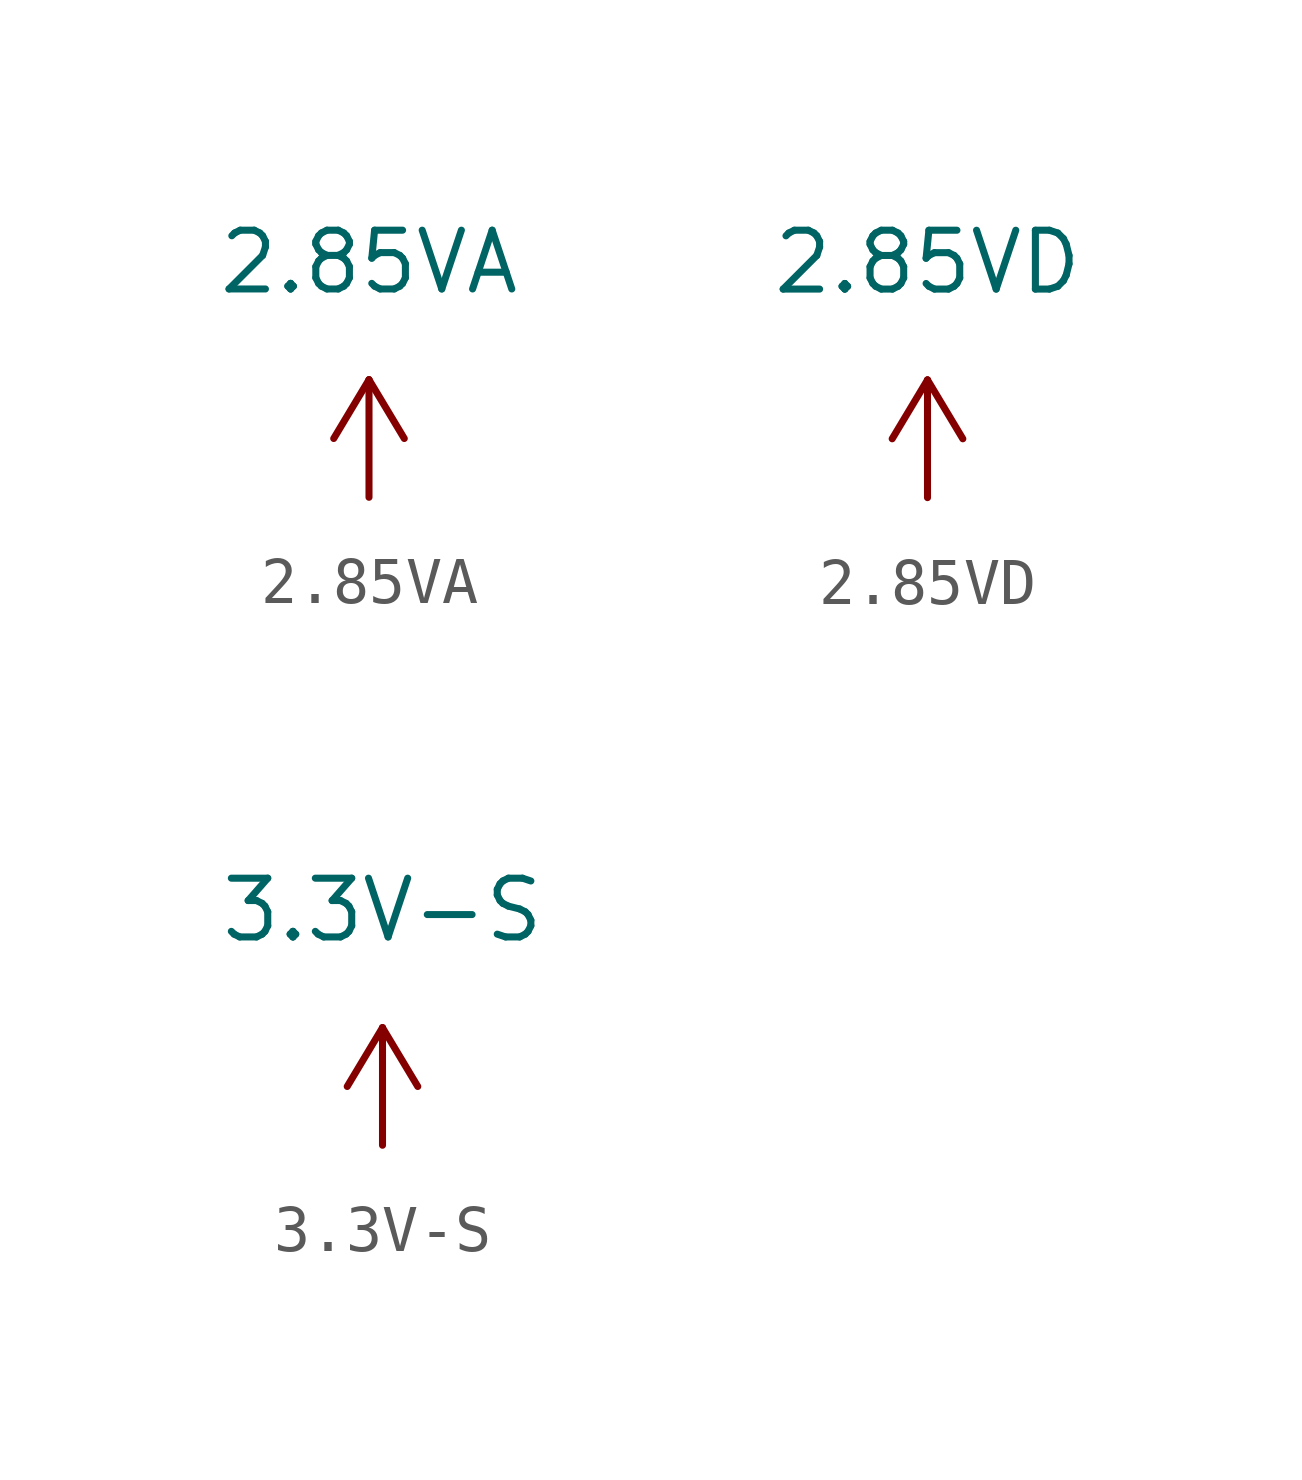
<source format=kicad_sym>
(kicad_symbol_lib
  (version 20211014)
  (generator kicad_symbol_editor)
  (symbol "2.85VA"
    (power)
    (property "Reference" "#2V85A"
      (at 0 5.08 0)
      (effects (font (size 1.27 1.27)) hide))
    (property "Value" "2.85VA"
      (at 0 5.08 0)
      (effects (font (size 1.27 1.27))))
    (symbol "2.85VA_0_1"
      (polyline (pts (xy -0.762 1.27) (xy 0 2.54)) (stroke (width 0) (type default) (color 0 0 0 0)) (fill (type none)))
      (polyline (pts (xy 0 0) (xy 0 2.54)) (stroke (width 0) (type default) (color 0 0 0 0)) (fill (type none)))
      (polyline (pts (xy 0 2.54) (xy 0.762 1.27)) (stroke (width 0) (type default) (color 0 0 0 0)) (fill (type none))))
    (symbol "2.85VA_1_1"
      (pin power_in line (at 0 0 90) (length 2.54) hide (name "2.85VA" (effects (font (size 1.27 1.27)))) (number "1" (effects (font (size 1.27 1.27)))))))
  (symbol "2.85VD"
    (power)
    (property "Reference" "#2V85D"
      (at 0 5.08 0)
      (effects (font (size 1.27 1.27)) hide))
    (property "Value" "2.85VD"
      (at 0 5.08 0)
      (effects (font (size 1.27 1.27))))
    (symbol "2.85VD_0_1"
      (polyline (pts (xy -0.762 1.27) (xy 0 2.54)) (stroke (width 0) (type default) (color 0 0 0 0)) (fill (type none)))
      (polyline (pts (xy 0 0) (xy 0 2.54)) (stroke (width 0) (type default) (color 0 0 0 0)) (fill (type none)))
      (polyline (pts (xy 0 2.54) (xy 0.762 1.27)) (stroke (width 0) (type default) (color 0 0 0 0)) (fill (type none))))
    (symbol "2.85VD_1_1"
      (pin power_in line (at 0 0 90) (length 2.54) hide (name "2.85VD" (effects (font (size 1.27 1.27)))) (number "1" (effects (font (size 1.27 1.27)))))))
  (symbol "3.3V-S"
    (power)
    (property "Reference" "#3V3-S"
      (at 0 5.08 0)
      (effects (font (size 1.27 1.27)) hide))
    (property "Value" "3.3V-S"
      (at 0 5.08 0)
      (effects (font (size 1.27 1.27))))
    (symbol "3.3V-S_0_1"
      (polyline (pts (xy -0.762 1.27) (xy 0 2.54)) (stroke (width 0) (type default) (color 0 0 0 0)) (fill (type none)))
      (polyline (pts (xy 0 0) (xy 0 2.54)) (stroke (width 0) (type default) (color 0 0 0 0)) (fill (type none)))
      (polyline (pts (xy 0 2.54) (xy 0.762 1.27)) (stroke (width 0) (type default) (color 0 0 0 0)) (fill (type none))))
    (symbol "3.3V-S_1_1"
      (pin power_in line (at 0 0 90) (length 2.54) hide (name "3.3V-S" (effects (font (size 1.27 1.27)))) (number "1" (effects (font (size 1.27 1.27))))))))
</source>
